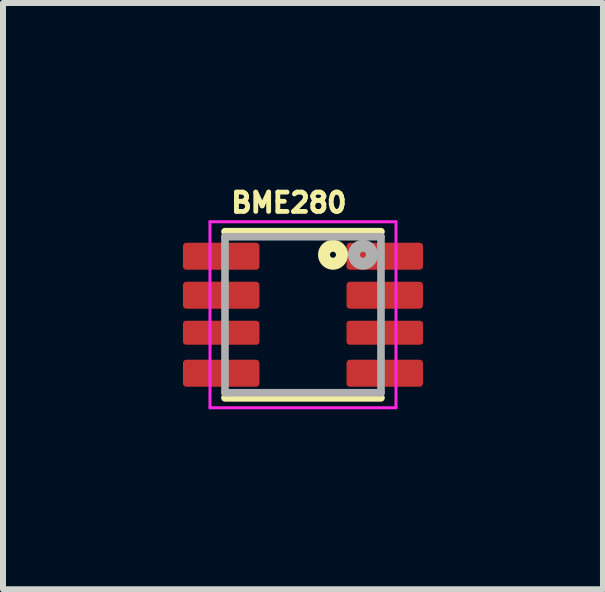
<source format=kicad_pcb>
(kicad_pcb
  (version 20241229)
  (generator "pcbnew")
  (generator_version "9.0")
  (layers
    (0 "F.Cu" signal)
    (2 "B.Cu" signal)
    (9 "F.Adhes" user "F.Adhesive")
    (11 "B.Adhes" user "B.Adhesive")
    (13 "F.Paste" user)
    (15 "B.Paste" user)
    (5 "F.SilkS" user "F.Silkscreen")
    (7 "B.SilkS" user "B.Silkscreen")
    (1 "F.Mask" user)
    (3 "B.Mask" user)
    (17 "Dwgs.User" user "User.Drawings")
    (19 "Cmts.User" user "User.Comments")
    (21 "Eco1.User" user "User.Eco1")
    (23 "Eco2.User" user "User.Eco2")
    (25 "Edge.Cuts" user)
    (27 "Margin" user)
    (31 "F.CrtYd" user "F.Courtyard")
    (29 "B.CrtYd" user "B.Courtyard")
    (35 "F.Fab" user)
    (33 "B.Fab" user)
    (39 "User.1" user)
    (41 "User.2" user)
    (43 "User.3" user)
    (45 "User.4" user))
  (footprint "BME280"
    (layer "F.Cu")
    (at 2 2.196)
    (property "Reference" "BME280" (at -0.235 -1.867 0) (layer "F.SilkS") (effects (font (size 0.322 0.322) (thickness 0.15))))
    (attr smd)
    (fp_line (start -1.3 -1.385) (end 1.3 -1.385) (stroke (width 0.127) (type solid)) (layer "F.SilkS"))
    (fp_line (start -1.3 1.385) (end 1.3 1.385) (stroke (width 0.127) (type solid)) (layer "F.SilkS"))
    (fp_circle (center 0.5 -1) (end 0.55 -1) (stroke (width 0.2) (type solid)) (fill no) (layer "F.SilkS"))
    (fp_line (start -1.55 -1.55) (end 1.55 -1.55) (stroke (width 0.05) (type solid)) (layer "F.CrtYd"))
    (fp_line (start -1.55 1.55) (end -1.55 -1.55) (stroke (width 0.05) (type solid)) (layer "F.CrtYd"))
    (fp_line (start 1.55 -1.55) (end 1.55 1.55) (stroke (width 0.05) (type solid)) (layer "F.CrtYd"))
    (fp_line (start 1.55 1.55) (end -1.55 1.55) (stroke (width 0.05) (type solid)) (layer "F.CrtYd"))
    (fp_line (start -1.3 -1.3) (end -1.3 1.3) (stroke (width 0.127) (type solid)) (layer "F.Fab"))
    (fp_line (start -1.3 1.3) (end 1.3 1.3) (stroke (width 0.127) (type solid)) (layer "F.Fab"))
    (fp_line (start 1.3 -1.3) (end -1.3 -1.3) (stroke (width 0.127) (type solid)) (layer "F.Fab"))
    (fp_line (start 1.3 1.3) (end 1.3 -1.3) (stroke (width 0.127) (type solid)) (layer "F.Fab"))
    (fp_circle (center 1 -1) (end 1.05 -1) (stroke (width 0.2) (type solid)) (fill no) (layer "F.Fab"))
    (pad "1" smd roundrect (at 1.363 -0.975) (size 1.275 0.45) (layers "F.Cu" "F.Mask" "F.Paste") (roundrect_rratio 0.125))
    (pad "2" smd roundrect (at 1.363 -0.325) (size 1.275 0.45) (layers "F.Cu" "F.Mask" "F.Paste") (roundrect_rratio 0.125))
    (pad "3" smd roundrect (at 1.363 0.3) (size 1.275 0.4) (layers "F.Cu" "F.Mask" "F.Paste") (roundrect_rratio 0.125))
    (pad "4" smd roundrect (at 1.363 0.975) (size 1.275 0.45) (layers "F.Cu" "F.Mask" "F.Paste") (roundrect_rratio 0.125))
    (pad "5" smd roundrect (at -1.363 0.975) (size 1.275 0.45) (layers "F.Cu" "F.Mask" "F.Paste") (roundrect_rratio 0.125))
    (pad "6" smd roundrect (at -1.363 0.3) (size 1.275 0.4) (layers "F.Cu" "F.Mask" "F.Paste") (roundrect_rratio 0.125))
    (pad "7" smd roundrect (at -1.363 -0.325) (size 1.275 0.45) (layers "F.Cu" "F.Mask" "F.Paste") (roundrect_rratio 0.125))
    (pad "8" smd roundrect (at -1.363 -0.975) (size 1.275 0.45) (layers "F.Cu" "F.Mask" "F.Paste") (roundrect_rratio 0.125)))
  (gr_rect
    (start -3 -3)
    (end 7 6.771)
    (stroke (width 0.1) (type default))
    (fill no)
    (layer "Edge.Cuts")))
</source>
